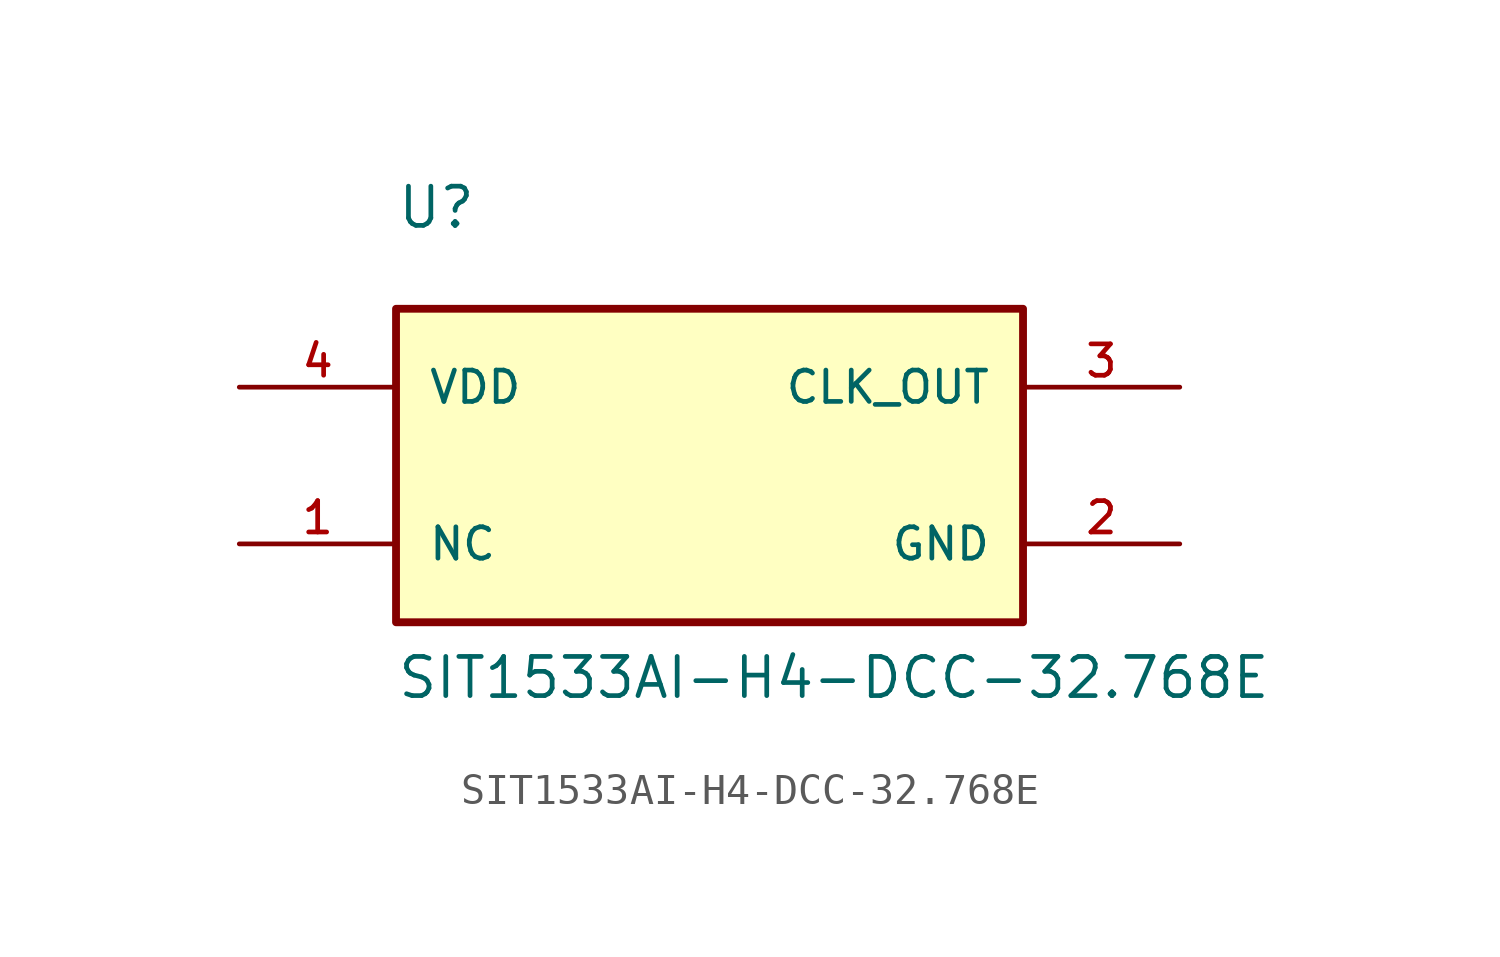
<source format=kicad_sym>
(kicad_symbol_lib
  (version 20211014)
  (generator kicad_symbol_editor)
  (symbol "SIT1533AI-H4-DCC-32.768E"
    (pin_names
      (offset 1.016))
    (property "Reference" "U"
      (at 0.0 12.7 0)
      (effects (font (size 1.27 1.27)) (justify bottom left)))
    (property "Value" "SIT1533AI-H4-DCC-32.768E"
      (at 0.0 -2.54 0)
      (effects (font (size 1.27 1.27)) (justify bottom left)))
    (symbol "SIT1533AI-H4-DCC-32.768E_0_0"
      (rectangle (start 1.7763568394e-15 8.881784197e-16) (end 20.32 10.16) (stroke (width 0.254)) (fill (type background)))
      (pin bidirectional line (at -5.08 7.62 0) (length 5.08) (name "VDD" (effects (font (size 1.016 1.016)))) (number "4" (effects (font (size 1.016 1.016)))))
      (pin bidirectional line (at -5.08 2.54 0) (length 5.08) (name "NC" (effects (font (size 1.016 1.016)))) (number "1" (effects (font (size 1.016 1.016)))))
      (pin bidirectional line (at 25.4 7.62 180.0) (length 5.08) (name "CLK_OUT" (effects (font (size 1.016 1.016)))) (number "3" (effects (font (size 1.016 1.016)))))
      (pin bidirectional line (at 25.4 2.54 180.0) (length 5.08) (name "GND" (effects (font (size 1.016 1.016)))) (number "2" (effects (font (size 1.016 1.016))))))))
</source>
